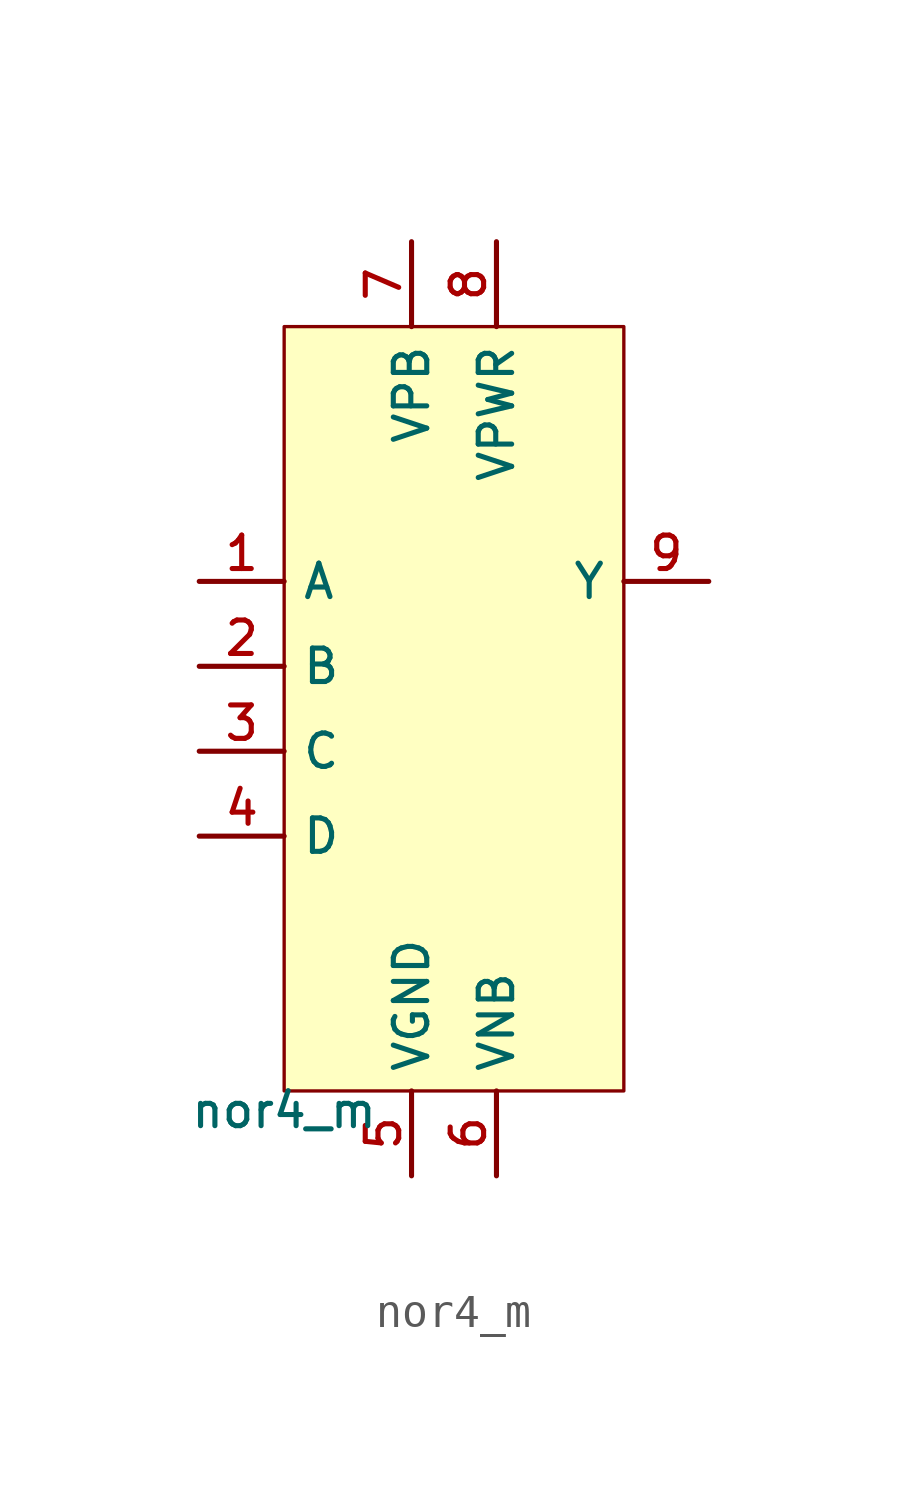
<source format=kicad_sym>
(kicad_symbol_lib
  (version 20211014)
  (generator pdk2kicad)
  (symbol "nor4_m"
    (property "Reference" "X"
      (at 0 0 0)
      (effects (font (size 1 1)) hide))
    (property "Value" "nor4_m"
      (at -5.08 -11.43 0)
      (effects (font (size 1 1)) (justify top)))
    (rectangle
      (start -5.08 -11.43)
      (end 5.08 11.43)
      (stroke (width 0.1) (type solid) (color 0 0 0 0))
      (fill (type background)))
    (pin input line
      (at -7.62 3.81 0)
      (length 2.54)
      (name "A" (effects (font (size 1 1)) hide))
      (number "1" (effects (font (size 1 1)) hide)))
    (pin input line
      (at -7.62 1.27 0)
      (length 2.54)
      (name "B" (effects (font (size 1 1)) hide))
      (number "2" (effects (font (size 1 1)) hide)))
    (pin input line
      (at -7.62 -1.27 0)
      (length 2.54)
      (name "C" (effects (font (size 1 1)) hide))
      (number "3" (effects (font (size 1 1)) hide)))
    (pin input line
      (at -7.62 -3.81 0)
      (length 2.54)
      (name "D" (effects (font (size 1 1)) hide))
      (number "4" (effects (font (size 1 1)) hide)))
    (pin power_in line
      (at -1.27 -13.97 90)
      (length 2.54)
      (name "VGND" (effects (font (size 1 1)) hide))
      (number "5" (effects (font (size 1 1)) hide)))
    (pin power_in line
      (at 1.27 -13.97 90)
      (length 2.54)
      (name "VNB" (effects (font (size 1 1)) hide))
      (number "6" (effects (font (size 1 1)) hide)))
    (pin power_in line
      (at -1.27 13.97 270)
      (length 2.54)
      (name "VPB" (effects (font (size 1 1)) hide))
      (number "7" (effects (font (size 1 1)) hide)))
    (pin power_in line
      (at 1.27 13.97 270)
      (length 2.54)
      (name "VPWR" (effects (font (size 1 1)) hide))
      (number "8" (effects (font (size 1 1)) hide)))
    (pin output line
      (at 7.62 3.81 180)
      (length 2.54)
      (name "Y" (effects (font (size 1 1)) hide))
      (number "9" (effects (font (size 1 1)) hide)))))
</source>
